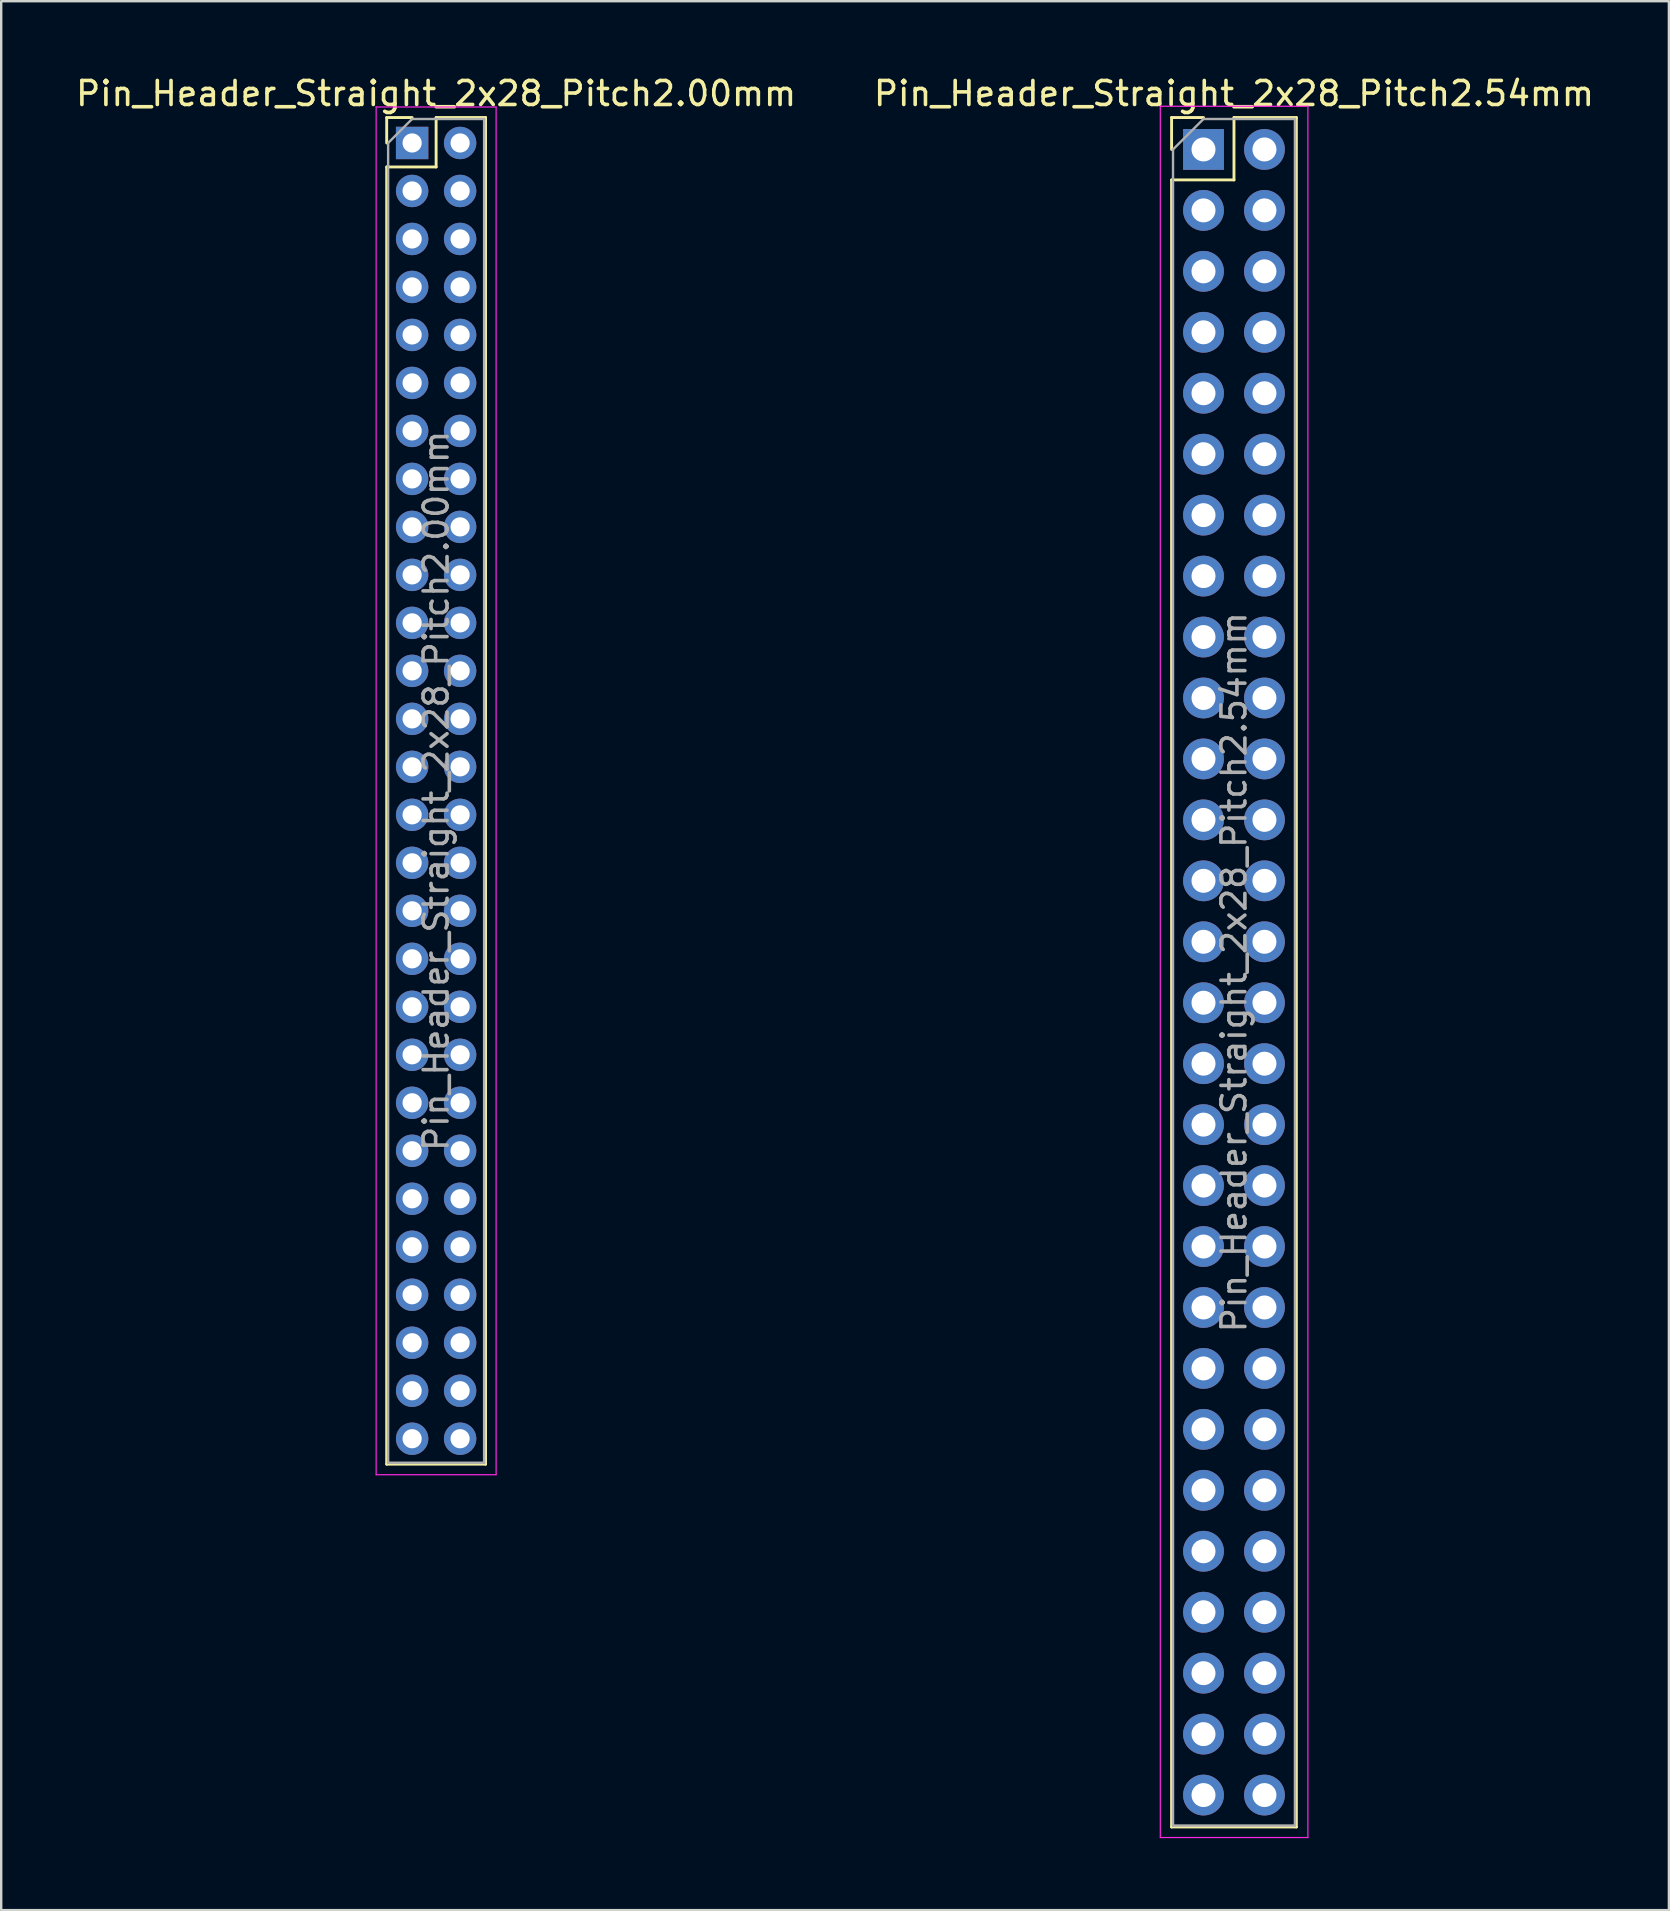
<source format=kicad_pcb>
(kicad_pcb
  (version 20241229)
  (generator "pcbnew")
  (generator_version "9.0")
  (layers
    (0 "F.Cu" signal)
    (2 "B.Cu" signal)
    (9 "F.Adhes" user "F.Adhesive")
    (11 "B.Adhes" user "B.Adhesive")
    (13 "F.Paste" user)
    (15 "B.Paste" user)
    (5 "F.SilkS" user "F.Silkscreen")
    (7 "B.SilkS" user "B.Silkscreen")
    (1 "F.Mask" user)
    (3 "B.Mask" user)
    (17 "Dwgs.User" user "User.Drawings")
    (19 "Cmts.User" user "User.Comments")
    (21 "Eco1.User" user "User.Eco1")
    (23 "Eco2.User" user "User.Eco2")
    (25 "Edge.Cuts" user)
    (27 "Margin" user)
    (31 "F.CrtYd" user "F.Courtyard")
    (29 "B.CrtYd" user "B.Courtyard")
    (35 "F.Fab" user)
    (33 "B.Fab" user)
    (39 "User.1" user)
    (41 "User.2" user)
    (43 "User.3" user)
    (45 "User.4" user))
  (footprint "Pin_Header_Straight_2x28_Pitch2.54mm"
    (layer "F.Cu")
    (at 47.105 3.178)
    (property "Reference" "Pin_Header_Straight_2x28_Pitch2.54mm" (at 1.27 -2.33 0) (layer "F.SilkS") (effects (font (size 1 1) (thickness 0.15))))
    (attr through_hole)
    (fp_line (start -1.33 -1.33) (end 0 -1.33) (stroke (width 0.12) (type solid)) (layer "F.SilkS"))
    (fp_line (start -1.33 0) (end -1.33 -1.33) (stroke (width 0.12) (type solid)) (layer "F.SilkS"))
    (fp_line (start -1.33 1.27) (end -1.33 69.91) (stroke (width 0.12) (type solid)) (layer "F.SilkS"))
    (fp_line (start -1.33 1.27) (end 1.27 1.27) (stroke (width 0.12) (type solid)) (layer "F.SilkS"))
    (fp_line (start -1.33 69.91) (end 3.87 69.91) (stroke (width 0.12) (type solid)) (layer "F.SilkS"))
    (fp_line (start 1.27 -1.33) (end 3.87 -1.33) (stroke (width 0.12) (type solid)) (layer "F.SilkS"))
    (fp_line (start 1.27 1.27) (end 1.27 -1.33) (stroke (width 0.12) (type solid)) (layer "F.SilkS"))
    (fp_line (start 3.87 -1.33) (end 3.87 69.91) (stroke (width 0.12) (type solid)) (layer "F.SilkS"))
    (fp_line (start -1.8 -1.8) (end -1.8 70.35) (stroke (width 0.05) (type solid)) (layer "F.CrtYd"))
    (fp_line (start -1.8 70.35) (end 4.35 70.35) (stroke (width 0.05) (type solid)) (layer "F.CrtYd"))
    (fp_line (start 4.35 -1.8) (end -1.8 -1.8) (stroke (width 0.05) (type solid)) (layer "F.CrtYd"))
    (fp_line (start 4.35 70.35) (end 4.35 -1.8) (stroke (width 0.05) (type solid)) (layer "F.CrtYd"))
    (fp_line (start -1.27 0) (end 0 -1.27) (stroke (width 0.1) (type solid)) (layer "F.Fab"))
    (fp_line (start -1.27 69.85) (end -1.27 0) (stroke (width 0.1) (type solid)) (layer "F.Fab"))
    (fp_line (start 0 -1.27) (end 3.81 -1.27) (stroke (width 0.1) (type solid)) (layer "F.Fab"))
    (fp_line (start 3.81 -1.27) (end 3.81 69.85) (stroke (width 0.1) (type solid)) (layer "F.Fab"))
    (fp_line (start 3.81 69.85) (end -1.27 69.85) (stroke (width 0.1) (type solid)) (layer "F.Fab"))
    (fp_text user "${REFERENCE}" (at 1.27 34.29 90) (layer "F.Fab") (effects (font (size 1 1) (thickness 0.15))))
    (pad "1" thru_hole rect (at 0 0) (size 1.7 1.7) (drill 1) (layers "*.Cu" "*.Mask"))
    (pad "2" thru_hole oval (at 2.54 0) (size 1.7 1.7) (drill 1) (layers "*.Cu" "*.Mask"))
    (pad "3" thru_hole oval (at 0 2.54) (size 1.7 1.7) (drill 1) (layers "*.Cu" "*.Mask"))
    (pad "4" thru_hole oval (at 2.54 2.54) (size 1.7 1.7) (drill 1) (layers "*.Cu" "*.Mask"))
    (pad "5" thru_hole oval (at 0 5.08) (size 1.7 1.7) (drill 1) (layers "*.Cu" "*.Mask"))
    (pad "6" thru_hole oval (at 2.54 5.08) (size 1.7 1.7) (drill 1) (layers "*.Cu" "*.Mask"))
    (pad "7" thru_hole oval (at 0 7.62) (size 1.7 1.7) (drill 1) (layers "*.Cu" "*.Mask"))
    (pad "8" thru_hole oval (at 2.54 7.62) (size 1.7 1.7) (drill 1) (layers "*.Cu" "*.Mask"))
    (pad "9" thru_hole oval (at 0 10.16) (size 1.7 1.7) (drill 1) (layers "*.Cu" "*.Mask"))
    (pad "10" thru_hole oval (at 2.54 10.16) (size 1.7 1.7) (drill 1) (layers "*.Cu" "*.Mask"))
    (pad "11" thru_hole oval (at 0 12.7) (size 1.7 1.7) (drill 1) (layers "*.Cu" "*.Mask"))
    (pad "12" thru_hole oval (at 2.54 12.7) (size 1.7 1.7) (drill 1) (layers "*.Cu" "*.Mask"))
    (pad "13" thru_hole oval (at 0 15.24) (size 1.7 1.7) (drill 1) (layers "*.Cu" "*.Mask"))
    (pad "14" thru_hole oval (at 2.54 15.24) (size 1.7 1.7) (drill 1) (layers "*.Cu" "*.Mask"))
    (pad "15" thru_hole oval (at 0 17.78) (size 1.7 1.7) (drill 1) (layers "*.Cu" "*.Mask"))
    (pad "16" thru_hole oval (at 2.54 17.78) (size 1.7 1.7) (drill 1) (layers "*.Cu" "*.Mask"))
    (pad "17" thru_hole oval (at 0 20.32) (size 1.7 1.7) (drill 1) (layers "*.Cu" "*.Mask"))
    (pad "18" thru_hole oval (at 2.54 20.32) (size 1.7 1.7) (drill 1) (layers "*.Cu" "*.Mask"))
    (pad "19" thru_hole oval (at 0 22.86) (size 1.7 1.7) (drill 1) (layers "*.Cu" "*.Mask"))
    (pad "20" thru_hole oval (at 2.54 22.86) (size 1.7 1.7) (drill 1) (layers "*.Cu" "*.Mask"))
    (pad "21" thru_hole oval (at 0 25.4) (size 1.7 1.7) (drill 1) (layers "*.Cu" "*.Mask"))
    (pad "22" thru_hole oval (at 2.54 25.4) (size 1.7 1.7) (drill 1) (layers "*.Cu" "*.Mask"))
    (pad "23" thru_hole oval (at 0 27.94) (size 1.7 1.7) (drill 1) (layers "*.Cu" "*.Mask"))
    (pad "24" thru_hole oval (at 2.54 27.94) (size 1.7 1.7) (drill 1) (layers "*.Cu" "*.Mask"))
    (pad "25" thru_hole oval (at 0 30.48) (size 1.7 1.7) (drill 1) (layers "*.Cu" "*.Mask"))
    (pad "26" thru_hole oval (at 2.54 30.48) (size 1.7 1.7) (drill 1) (layers "*.Cu" "*.Mask"))
    (pad "27" thru_hole oval (at 0 33.02) (size 1.7 1.7) (drill 1) (layers "*.Cu" "*.Mask"))
    (pad "28" thru_hole oval (at 2.54 33.02) (size 1.7 1.7) (drill 1) (layers "*.Cu" "*.Mask"))
    (pad "29" thru_hole oval (at 0 35.56) (size 1.7 1.7) (drill 1) (layers "*.Cu" "*.Mask"))
    (pad "30" thru_hole oval (at 2.54 35.56) (size 1.7 1.7) (drill 1) (layers "*.Cu" "*.Mask"))
    (pad "31" thru_hole oval (at 0 38.1) (size 1.7 1.7) (drill 1) (layers "*.Cu" "*.Mask"))
    (pad "32" thru_hole oval (at 2.54 38.1) (size 1.7 1.7) (drill 1) (layers "*.Cu" "*.Mask"))
    (pad "33" thru_hole oval (at 0 40.64) (size 1.7 1.7) (drill 1) (layers "*.Cu" "*.Mask"))
    (pad "34" thru_hole oval (at 2.54 40.64) (size 1.7 1.7) (drill 1) (layers "*.Cu" "*.Mask"))
    (pad "35" thru_hole oval (at 0 43.18) (size 1.7 1.7) (drill 1) (layers "*.Cu" "*.Mask"))
    (pad "36" thru_hole oval (at 2.54 43.18) (size 1.7 1.7) (drill 1) (layers "*.Cu" "*.Mask"))
    (pad "37" thru_hole oval (at 0 45.72) (size 1.7 1.7) (drill 1) (layers "*.Cu" "*.Mask"))
    (pad "38" thru_hole oval (at 2.54 45.72) (size 1.7 1.7) (drill 1) (layers "*.Cu" "*.Mask"))
    (pad "39" thru_hole oval (at 0 48.26) (size 1.7 1.7) (drill 1) (layers "*.Cu" "*.Mask"))
    (pad "40" thru_hole oval (at 2.54 48.26) (size 1.7 1.7) (drill 1) (layers "*.Cu" "*.Mask"))
    (pad "41" thru_hole oval (at 0 50.8) (size 1.7 1.7) (drill 1) (layers "*.Cu" "*.Mask"))
    (pad "42" thru_hole oval (at 2.54 50.8) (size 1.7 1.7) (drill 1) (layers "*.Cu" "*.Mask"))
    (pad "43" thru_hole oval (at 0 53.34) (size 1.7 1.7) (drill 1) (layers "*.Cu" "*.Mask"))
    (pad "44" thru_hole oval (at 2.54 53.34) (size 1.7 1.7) (drill 1) (layers "*.Cu" "*.Mask"))
    (pad "45" thru_hole oval (at 0 55.88) (size 1.7 1.7) (drill 1) (layers "*.Cu" "*.Mask"))
    (pad "46" thru_hole oval (at 2.54 55.88) (size 1.7 1.7) (drill 1) (layers "*.Cu" "*.Mask"))
    (pad "47" thru_hole oval (at 0 58.42) (size 1.7 1.7) (drill 1) (layers "*.Cu" "*.Mask"))
    (pad "48" thru_hole oval (at 2.54 58.42) (size 1.7 1.7) (drill 1) (layers "*.Cu" "*.Mask"))
    (pad "49" thru_hole oval (at 0 60.96) (size 1.7 1.7) (drill 1) (layers "*.Cu" "*.Mask"))
    (pad "50" thru_hole oval (at 2.54 60.96) (size 1.7 1.7) (drill 1) (layers "*.Cu" "*.Mask"))
    (pad "51" thru_hole oval (at 0 63.5) (size 1.7 1.7) (drill 1) (layers "*.Cu" "*.Mask"))
    (pad "52" thru_hole oval (at 2.54 63.5) (size 1.7 1.7) (drill 1) (layers "*.Cu" "*.Mask"))
    (pad "53" thru_hole oval (at 0 66.04) (size 1.7 1.7) (drill 1) (layers "*.Cu" "*.Mask"))
    (pad "54" thru_hole oval (at 2.54 66.04) (size 1.7 1.7) (drill 1) (layers "*.Cu" "*.Mask"))
    (pad "55" thru_hole oval (at 0 68.58) (size 1.7 1.7) (drill 1) (layers "*.Cu" "*.Mask"))
    (pad "56" thru_hole oval (at 2.54 68.58) (size 1.7 1.7) (drill 1) (layers "*.Cu" "*.Mask")))
  (footprint "Pin_Header_Straight_2x28_Pitch2.00mm"
    (layer "F.Cu")
    (at 14.125 2.908)
    (property "Reference" "Pin_Header_Straight_2x28_Pitch2.00mm" (at 1 -2.06 0) (layer "F.SilkS") (effects (font (size 1 1) (thickness 0.15))))
    (attr through_hole)
    (fp_line (start -1.06 -1.06) (end 0 -1.06) (stroke (width 0.12) (type solid)) (layer "F.SilkS"))
    (fp_line (start -1.06 0) (end -1.06 -1.06) (stroke (width 0.12) (type solid)) (layer "F.SilkS"))
    (fp_line (start -1.06 1) (end -1.06 55.06) (stroke (width 0.12) (type solid)) (layer "F.SilkS"))
    (fp_line (start -1.06 1) (end 1 1) (stroke (width 0.12) (type solid)) (layer "F.SilkS"))
    (fp_line (start -1.06 55.06) (end 3.06 55.06) (stroke (width 0.12) (type solid)) (layer "F.SilkS"))
    (fp_line (start 1 -1.06) (end 3.06 -1.06) (stroke (width 0.12) (type solid)) (layer "F.SilkS"))
    (fp_line (start 1 1) (end 1 -1.06) (stroke (width 0.12) (type solid)) (layer "F.SilkS"))
    (fp_line (start 3.06 -1.06) (end 3.06 55.06) (stroke (width 0.12) (type solid)) (layer "F.SilkS"))
    (fp_line (start -1.5 -1.5) (end -1.5 55.5) (stroke (width 0.05) (type solid)) (layer "F.CrtYd"))
    (fp_line (start -1.5 55.5) (end 3.5 55.5) (stroke (width 0.05) (type solid)) (layer "F.CrtYd"))
    (fp_line (start 3.5 -1.5) (end -1.5 -1.5) (stroke (width 0.05) (type solid)) (layer "F.CrtYd"))
    (fp_line (start 3.5 55.5) (end 3.5 -1.5) (stroke (width 0.05) (type solid)) (layer "F.CrtYd"))
    (fp_line (start -1 0) (end 0 -1) (stroke (width 0.1) (type solid)) (layer "F.Fab"))
    (fp_line (start -1 55) (end -1 0) (stroke (width 0.1) (type solid)) (layer "F.Fab"))
    (fp_line (start 0 -1) (end 3 -1) (stroke (width 0.1) (type solid)) (layer "F.Fab"))
    (fp_line (start 3 -1) (end 3 55) (stroke (width 0.1) (type solid)) (layer "F.Fab"))
    (fp_line (start 3 55) (end -1 55) (stroke (width 0.1) (type solid)) (layer "F.Fab"))
    (fp_text user "${REFERENCE}" (at 1 27 90) (layer "F.Fab") (effects (font (size 1 1) (thickness 0.15))))
    (pad "1" thru_hole rect (at 0 0) (size 1.35 1.35) (drill 0.8) (layers "*.Cu" "*.Mask"))
    (pad "2" thru_hole oval (at 2 0) (size 1.35 1.35) (drill 0.8) (layers "*.Cu" "*.Mask"))
    (pad "3" thru_hole oval (at 0 2) (size 1.35 1.35) (drill 0.8) (layers "*.Cu" "*.Mask"))
    (pad "4" thru_hole oval (at 2 2) (size 1.35 1.35) (drill 0.8) (layers "*.Cu" "*.Mask"))
    (pad "5" thru_hole oval (at 0 4) (size 1.35 1.35) (drill 0.8) (layers "*.Cu" "*.Mask"))
    (pad "6" thru_hole oval (at 2 4) (size 1.35 1.35) (drill 0.8) (layers "*.Cu" "*.Mask"))
    (pad "7" thru_hole oval (at 0 6) (size 1.35 1.35) (drill 0.8) (layers "*.Cu" "*.Mask"))
    (pad "8" thru_hole oval (at 2 6) (size 1.35 1.35) (drill 0.8) (layers "*.Cu" "*.Mask"))
    (pad "9" thru_hole oval (at 0 8) (size 1.35 1.35) (drill 0.8) (layers "*.Cu" "*.Mask"))
    (pad "10" thru_hole oval (at 2 8) (size 1.35 1.35) (drill 0.8) (layers "*.Cu" "*.Mask"))
    (pad "11" thru_hole oval (at 0 10) (size 1.35 1.35) (drill 0.8) (layers "*.Cu" "*.Mask"))
    (pad "12" thru_hole oval (at 2 10) (size 1.35 1.35) (drill 0.8) (layers "*.Cu" "*.Mask"))
    (pad "13" thru_hole oval (at 0 12) (size 1.35 1.35) (drill 0.8) (layers "*.Cu" "*.Mask"))
    (pad "14" thru_hole oval (at 2 12) (size 1.35 1.35) (drill 0.8) (layers "*.Cu" "*.Mask"))
    (pad "15" thru_hole oval (at 0 14) (size 1.35 1.35) (drill 0.8) (layers "*.Cu" "*.Mask"))
    (pad "16" thru_hole oval (at 2 14) (size 1.35 1.35) (drill 0.8) (layers "*.Cu" "*.Mask"))
    (pad "17" thru_hole oval (at 0 16) (size 1.35 1.35) (drill 0.8) (layers "*.Cu" "*.Mask"))
    (pad "18" thru_hole oval (at 2 16) (size 1.35 1.35) (drill 0.8) (layers "*.Cu" "*.Mask"))
    (pad "19" thru_hole oval (at 0 18) (size 1.35 1.35) (drill 0.8) (layers "*.Cu" "*.Mask"))
    (pad "20" thru_hole oval (at 2 18) (size 1.35 1.35) (drill 0.8) (layers "*.Cu" "*.Mask"))
    (pad "21" thru_hole oval (at 0 20) (size 1.35 1.35) (drill 0.8) (layers "*.Cu" "*.Mask"))
    (pad "22" thru_hole oval (at 2 20) (size 1.35 1.35) (drill 0.8) (layers "*.Cu" "*.Mask"))
    (pad "23" thru_hole oval (at 0 22) (size 1.35 1.35) (drill 0.8) (layers "*.Cu" "*.Mask"))
    (pad "24" thru_hole oval (at 2 22) (size 1.35 1.35) (drill 0.8) (layers "*.Cu" "*.Mask"))
    (pad "25" thru_hole oval (at 0 24) (size 1.35 1.35) (drill 0.8) (layers "*.Cu" "*.Mask"))
    (pad "26" thru_hole oval (at 2 24) (size 1.35 1.35) (drill 0.8) (layers "*.Cu" "*.Mask"))
    (pad "27" thru_hole oval (at 0 26) (size 1.35 1.35) (drill 0.8) (layers "*.Cu" "*.Mask"))
    (pad "28" thru_hole oval (at 2 26) (size 1.35 1.35) (drill 0.8) (layers "*.Cu" "*.Mask"))
    (pad "29" thru_hole oval (at 0 28) (size 1.35 1.35) (drill 0.8) (layers "*.Cu" "*.Mask"))
    (pad "30" thru_hole oval (at 2 28) (size 1.35 1.35) (drill 0.8) (layers "*.Cu" "*.Mask"))
    (pad "31" thru_hole oval (at 0 30) (size 1.35 1.35) (drill 0.8) (layers "*.Cu" "*.Mask"))
    (pad "32" thru_hole oval (at 2 30) (size 1.35 1.35) (drill 0.8) (layers "*.Cu" "*.Mask"))
    (pad "33" thru_hole oval (at 0 32) (size 1.35 1.35) (drill 0.8) (layers "*.Cu" "*.Mask"))
    (pad "34" thru_hole oval (at 2 32) (size 1.35 1.35) (drill 0.8) (layers "*.Cu" "*.Mask"))
    (pad "35" thru_hole oval (at 0 34) (size 1.35 1.35) (drill 0.8) (layers "*.Cu" "*.Mask"))
    (pad "36" thru_hole oval (at 2 34) (size 1.35 1.35) (drill 0.8) (layers "*.Cu" "*.Mask"))
    (pad "37" thru_hole oval (at 0 36) (size 1.35 1.35) (drill 0.8) (layers "*.Cu" "*.Mask"))
    (pad "38" thru_hole oval (at 2 36) (size 1.35 1.35) (drill 0.8) (layers "*.Cu" "*.Mask"))
    (pad "39" thru_hole oval (at 0 38) (size 1.35 1.35) (drill 0.8) (layers "*.Cu" "*.Mask"))
    (pad "40" thru_hole oval (at 2 38) (size 1.35 1.35) (drill 0.8) (layers "*.Cu" "*.Mask"))
    (pad "41" thru_hole oval (at 0 40) (size 1.35 1.35) (drill 0.8) (layers "*.Cu" "*.Mask"))
    (pad "42" thru_hole oval (at 2 40) (size 1.35 1.35) (drill 0.8) (layers "*.Cu" "*.Mask"))
    (pad "43" thru_hole oval (at 0 42) (size 1.35 1.35) (drill 0.8) (layers "*.Cu" "*.Mask"))
    (pad "44" thru_hole oval (at 2 42) (size 1.35 1.35) (drill 0.8) (layers "*.Cu" "*.Mask"))
    (pad "45" thru_hole oval (at 0 44) (size 1.35 1.35) (drill 0.8) (layers "*.Cu" "*.Mask"))
    (pad "46" thru_hole oval (at 2 44) (size 1.35 1.35) (drill 0.8) (layers "*.Cu" "*.Mask"))
    (pad "47" thru_hole oval (at 0 46) (size 1.35 1.35) (drill 0.8) (layers "*.Cu" "*.Mask"))
    (pad "48" thru_hole oval (at 2 46) (size 1.35 1.35) (drill 0.8) (layers "*.Cu" "*.Mask"))
    (pad "49" thru_hole oval (at 0 48) (size 1.35 1.35) (drill 0.8) (layers "*.Cu" "*.Mask"))
    (pad "50" thru_hole oval (at 2 48) (size 1.35 1.35) (drill 0.8) (layers "*.Cu" "*.Mask"))
    (pad "51" thru_hole oval (at 0 50) (size 1.35 1.35) (drill 0.8) (layers "*.Cu" "*.Mask"))
    (pad "52" thru_hole oval (at 2 50) (size 1.35 1.35) (drill 0.8) (layers "*.Cu" "*.Mask"))
    (pad "53" thru_hole oval (at 0 52) (size 1.35 1.35) (drill 0.8) (layers "*.Cu" "*.Mask"))
    (pad "54" thru_hole oval (at 2 52) (size 1.35 1.35) (drill 0.8) (layers "*.Cu" "*.Mask"))
    (pad "55" thru_hole oval (at 0 54) (size 1.35 1.35) (drill 0.8) (layers "*.Cu" "*.Mask"))
    (pad "56" thru_hole oval (at 2 54) (size 1.35 1.35) (drill 0.8) (layers "*.Cu" "*.Mask")))
  (gr_rect
    (start -3 -3)
    (end 66.5 76.553)
    (stroke (width 0.1) (type default))
    (fill no)
    (layer "Edge.Cuts")))
</source>
